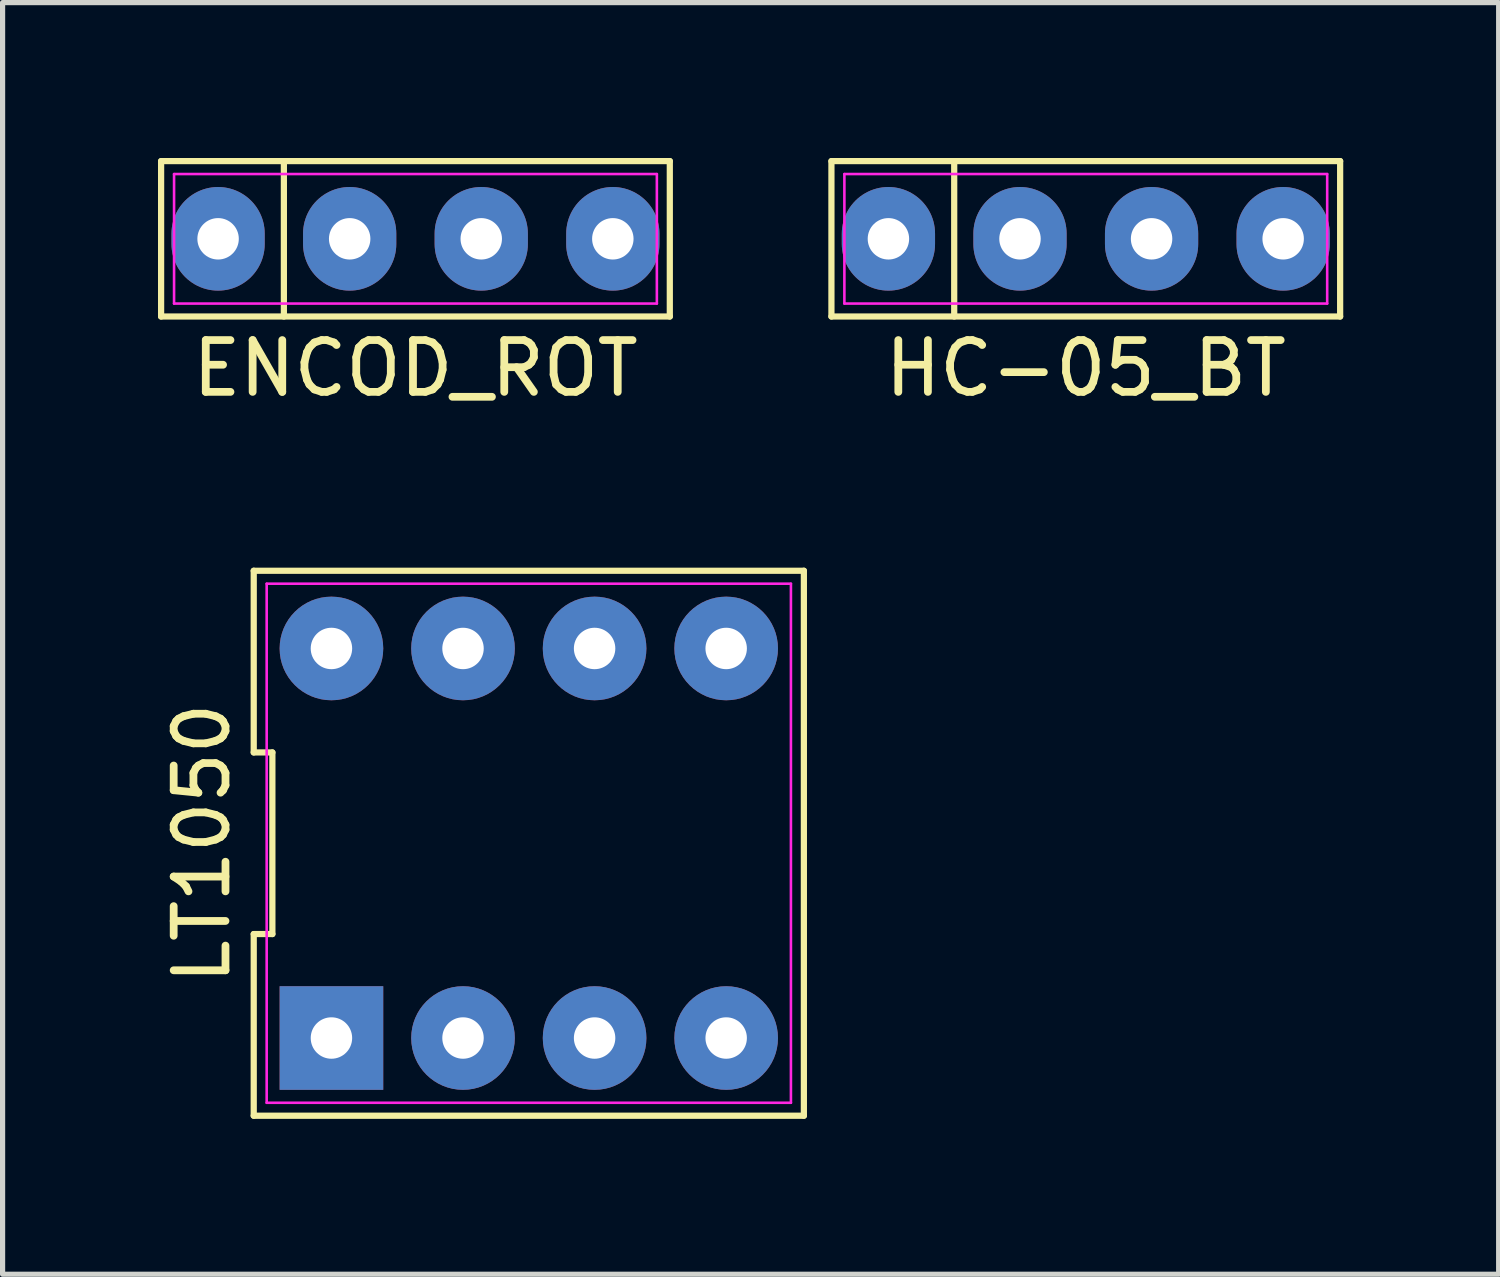
<source format=kicad_pcb>
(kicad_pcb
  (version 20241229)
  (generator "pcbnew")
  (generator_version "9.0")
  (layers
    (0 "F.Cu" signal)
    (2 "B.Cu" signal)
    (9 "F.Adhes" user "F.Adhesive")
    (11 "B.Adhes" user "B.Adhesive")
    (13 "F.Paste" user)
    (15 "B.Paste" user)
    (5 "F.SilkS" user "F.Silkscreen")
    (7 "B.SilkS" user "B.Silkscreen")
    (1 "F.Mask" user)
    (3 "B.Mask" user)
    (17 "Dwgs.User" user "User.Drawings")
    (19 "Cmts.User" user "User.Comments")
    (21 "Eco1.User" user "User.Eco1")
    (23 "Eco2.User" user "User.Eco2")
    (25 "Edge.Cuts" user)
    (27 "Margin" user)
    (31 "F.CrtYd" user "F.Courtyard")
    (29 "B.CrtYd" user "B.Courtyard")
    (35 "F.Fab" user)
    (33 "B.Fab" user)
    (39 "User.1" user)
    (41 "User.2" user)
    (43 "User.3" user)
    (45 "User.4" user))
  (footprint "LT1050"
    (layer "F.Cu")
    (at 7.158 13.228)
    (property "Reference" "LT1050" (at -6.31 0 90) (layer "F.SilkS") (effects (font (size 1 1) (thickness 0.15))))
    (attr through_hole)
    (fp_line (start -5.31 -5.26) (end -5.31 -1.753) (stroke (width 0.12) (type solid)) (layer "F.SilkS"))
    (fp_line (start -5.31 -1.753) (end -4.95 -1.753) (stroke (width 0.12) (type solid)) (layer "F.SilkS"))
    (fp_line (start -5.31 1.753) (end -5.31 5.26) (stroke (width 0.12) (type solid)) (layer "F.SilkS"))
    (fp_line (start -5.31 5.26) (end 5.31 5.26) (stroke (width 0.12) (type solid)) (layer "F.SilkS"))
    (fp_line (start -4.95 -1.753) (end -4.95 1.753) (stroke (width 0.12) (type solid)) (layer "F.SilkS"))
    (fp_line (start -4.95 1.753) (end -5.31 1.753) (stroke (width 0.12) (type solid)) (layer "F.SilkS"))
    (fp_line (start 5.31 -5.26) (end -5.31 -5.26) (stroke (width 0.12) (type solid)) (layer "F.SilkS"))
    (fp_line (start 5.31 5.26) (end 5.31 -5.26) (stroke (width 0.12) (type solid)) (layer "F.SilkS"))
    (fp_line (start -5.06 -5.01) (end 5.06 -5.01) (stroke (width 0.05) (type solid)) (layer "F.CrtYd"))
    (fp_line (start -5.06 5.01) (end -5.06 -5.01) (stroke (width 0.05) (type solid)) (layer "F.CrtYd"))
    (fp_line (start 5.06 -5.01) (end 5.06 5.01) (stroke (width 0.05) (type solid)) (layer "F.CrtYd"))
    (fp_line (start 5.06 5.01) (end -5.06 5.01) (stroke (width 0.05) (type solid)) (layer "F.CrtYd"))
    (pad "1" thru_hole rect (at -3.81 3.76) (size 2 2) (drill 0.8) (layers "*.Cu" "*.Mask"))
    (pad "2" thru_hole circle (at -1.27 3.76) (size 2 2) (drill 0.8) (layers "*.Cu" "*.Mask"))
    (pad "3" thru_hole circle (at 1.27 3.76) (size 2 2) (drill 0.8) (layers "*.Cu" "*.Mask"))
    (pad "4" thru_hole circle (at 3.81 3.76) (size 2 2) (drill 0.8) (layers "*.Cu" "*.Mask"))
    (pad "5" thru_hole circle (at 3.81 -3.76) (size 2 2) (drill 0.8) (layers "*.Cu" "*.Mask"))
    (pad "6" thru_hole circle (at 1.27 -3.76) (size 2 2) (drill 0.8) (layers "*.Cu" "*.Mask"))
    (pad "7" thru_hole circle (at -1.27 -3.76) (size 2 2) (drill 0.8) (layers "*.Cu" "*.Mask"))
    (pad "8" thru_hole circle (at -3.81 -3.76) (size 2 2) (drill 0.8) (layers "*.Cu" "*.Mask")))
  (footprint "HC-05_BT"
    (layer "F.Cu")
    (at 17.91 1.56)
    (property "Reference" "HC-05_BT" (at 0 2.5 0) (layer "F.SilkS") (effects (font (size 1 1) (thickness 0.15))))
    (attr through_hole)
    (fp_line (start -4.91 -1.5) (end 4.91 -1.5) (stroke (width 0.12) (type solid)) (layer "F.SilkS"))
    (fp_line (start -4.91 1.5) (end -4.91 -1.5) (stroke (width 0.12) (type solid)) (layer "F.SilkS"))
    (fp_line (start -2.54 -1.5) (end -2.54 1.5) (stroke (width 0.12) (type solid)) (layer "F.SilkS"))
    (fp_line (start 4.91 -1.5) (end 4.91 1.5) (stroke (width 0.12) (type solid)) (layer "F.SilkS"))
    (fp_line (start 4.91 1.5) (end -4.91 1.5) (stroke (width 0.12) (type solid)) (layer "F.SilkS"))
    (fp_line (start -4.66 -1.25) (end 4.66 -1.25) (stroke (width 0.05) (type solid)) (layer "F.CrtYd"))
    (fp_line (start -4.66 1.25) (end -4.66 -1.25) (stroke (width 0.05) (type solid)) (layer "F.CrtYd"))
    (fp_line (start 4.66 -1.25) (end 4.66 1.25) (stroke (width 0.05) (type solid)) (layer "F.CrtYd"))
    (fp_line (start 4.66 1.25) (end -4.66 1.25) (stroke (width 0.05) (type solid)) (layer "F.CrtYd"))
    (pad "1" thru_hole oval (at -3.81 0) (size 1.8 2) (drill 0.8) (layers "*.Cu" "*.Mask"))
    (pad "2" thru_hole oval (at -1.27 0) (size 1.8 2) (drill 0.8) (layers "*.Cu" "*.Mask"))
    (pad "3" thru_hole oval (at 1.27 0) (size 1.8 2) (drill 0.8) (layers "*.Cu" "*.Mask"))
    (pad "4" thru_hole oval (at 3.81 0) (size 1.8 2) (drill 0.8) (layers "*.Cu" "*.Mask")))
  (footprint "ENCOD_ROT"
    (layer "F.Cu")
    (at 4.97 1.56)
    (property "Reference" "ENCOD_ROT" (at 0 2.5 0) (layer "F.SilkS") (effects (font (size 1 1) (thickness 0.15))))
    (attr through_hole)
    (fp_line (start -4.91 -1.5) (end 4.91 -1.5) (stroke (width 0.12) (type solid)) (layer "F.SilkS"))
    (fp_line (start -4.91 1.5) (end -4.91 -1.5) (stroke (width 0.12) (type solid)) (layer "F.SilkS"))
    (fp_line (start -2.54 -1.5) (end -2.54 1.5) (stroke (width 0.12) (type solid)) (layer "F.SilkS"))
    (fp_line (start 4.91 -1.5) (end 4.91 1.5) (stroke (width 0.12) (type solid)) (layer "F.SilkS"))
    (fp_line (start 4.91 1.5) (end -4.91 1.5) (stroke (width 0.12) (type solid)) (layer "F.SilkS"))
    (fp_line (start -4.66 -1.25) (end 4.66 -1.25) (stroke (width 0.05) (type solid)) (layer "F.CrtYd"))
    (fp_line (start -4.66 1.25) (end -4.66 -1.25) (stroke (width 0.05) (type solid)) (layer "F.CrtYd"))
    (fp_line (start 4.66 -1.25) (end 4.66 1.25) (stroke (width 0.05) (type solid)) (layer "F.CrtYd"))
    (fp_line (start 4.66 1.25) (end -4.66 1.25) (stroke (width 0.05) (type solid)) (layer "F.CrtYd"))
    (pad "1" thru_hole oval (at -3.81 0) (size 1.8 2) (drill 0.8) (layers "*.Cu" "*.Mask"))
    (pad "2" thru_hole oval (at -1.27 0) (size 1.8 2) (drill 0.8) (layers "*.Cu" "*.Mask"))
    (pad "3" thru_hole oval (at 1.27 0) (size 1.8 2) (drill 0.8) (layers "*.Cu" "*.Mask"))
    (pad "4" thru_hole oval (at 3.81 0) (size 1.8 2) (drill 0.8) (layers "*.Cu" "*.Mask")))
  (gr_rect
    (start -3 -3)
    (end 25.88 21.548)
    (stroke (width 0.1) (type default))
    (fill no)
    (layer "Edge.Cuts")))
</source>
